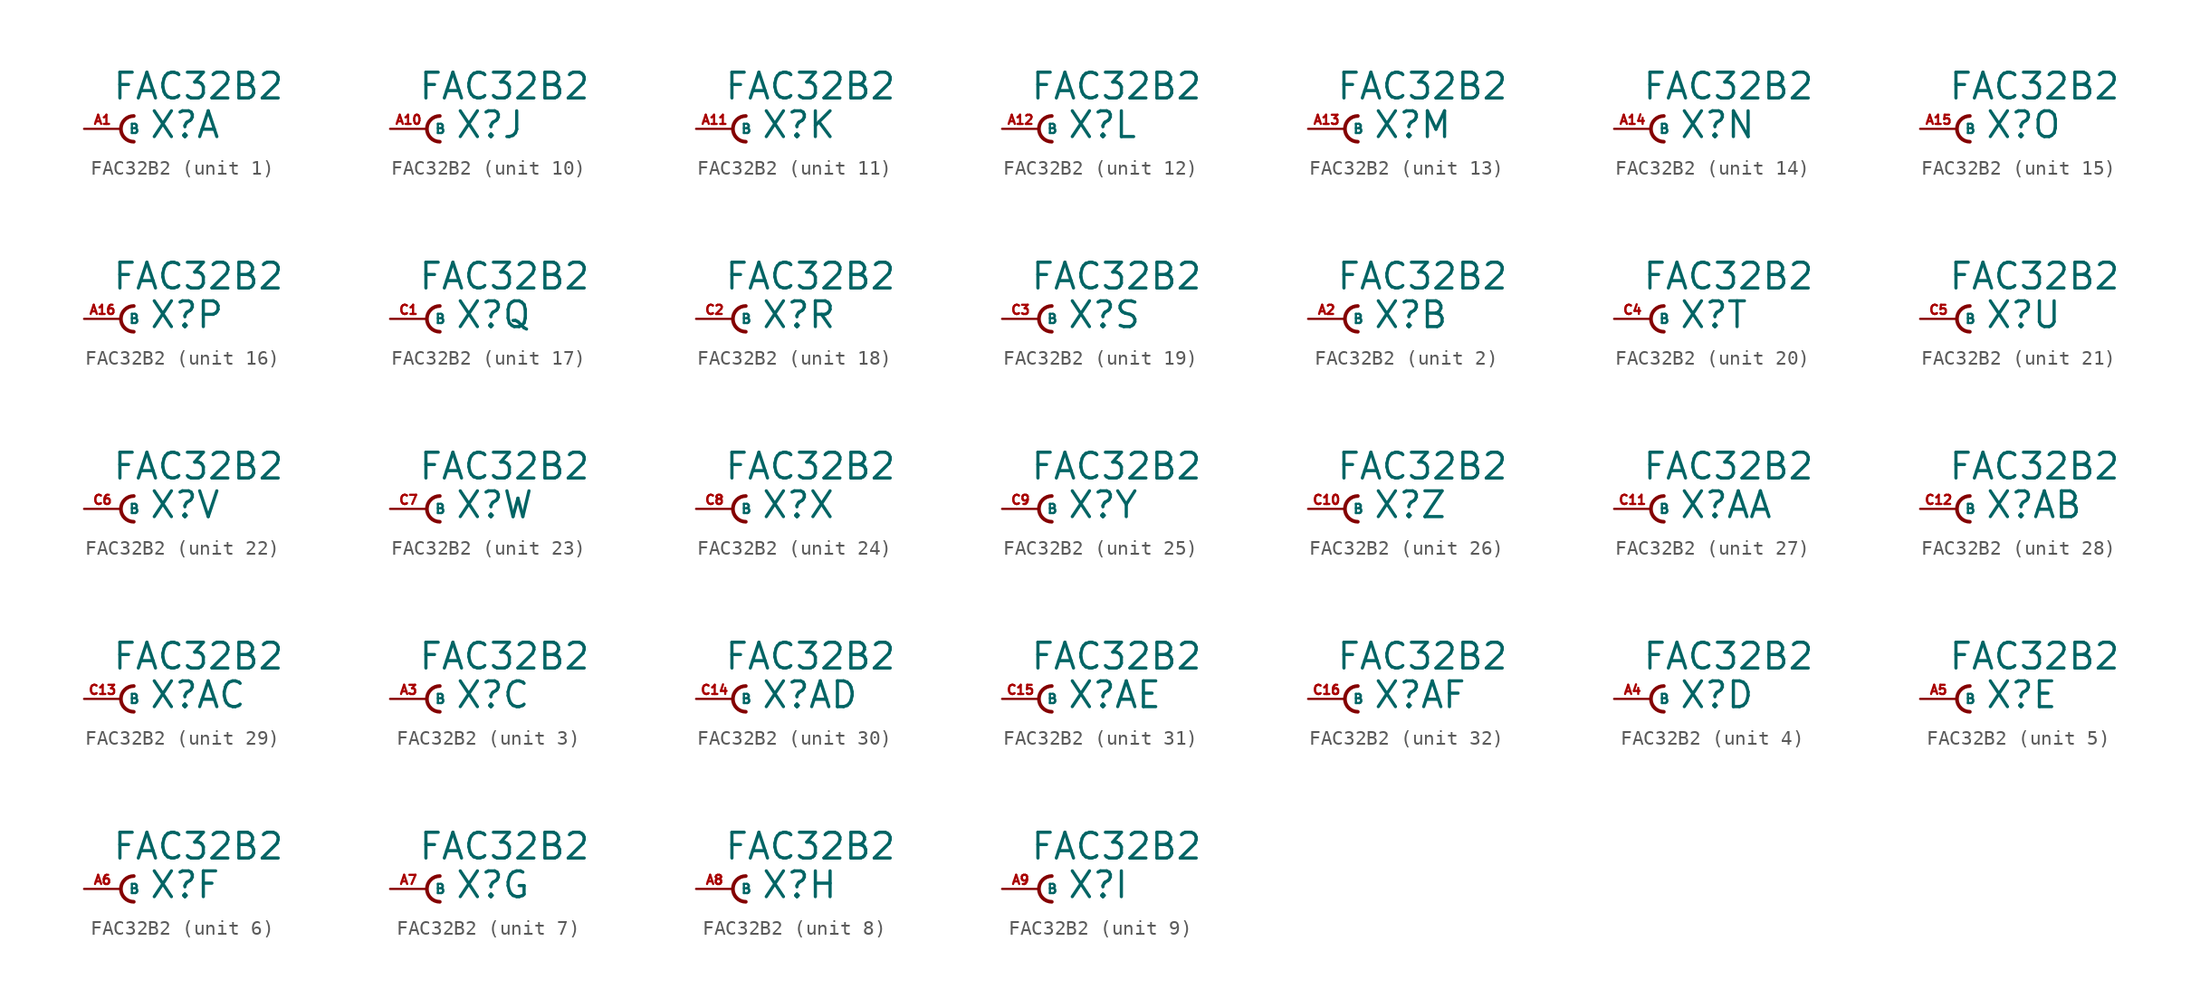
<source format=kicad_sym>
(kicad_symbol_lib
  (version 20220914)
  (generator Eagle2Kicad)
  (symbol "FAC32B2"
    (property "Reference" "X"
      (at 1.905 -0.762 0)
      (effects (font (size 1.778 1.778) (thickness 0.22)) (justify left bottom)))
    (property "Value" "FAC32B2"
      (at -0.635 1.905 0)
      (effects (font (size 1.778 1.778) (thickness 0.22)) (justify left bottom)))
    (symbol "FAC32B2_1_0"
      (arc (start 0.889 0.889) (mid 0.000 0.000) (end 0.889 -0.889) (stroke (width 0.254) (type default)) (fill (type none)))
      (pin passive line (at -2.54 0 0) (length 2.54) (name "B" (effects (font (size 0.635 0.635) (thickness 0.08)) (justify left bottom))) (number "A1" (effects (font (size 0.635 0.635) (thickness 0.08)) (justify left bottom)))))
    (symbol "FAC32B2_2_0"
      (arc (start 0.889 0.889) (mid 0.000 0.000) (end 0.889 -0.889) (stroke (width 0.254) (type default)) (fill (type none)))
      (pin passive line (at -2.54 0 0) (length 2.54) (name "B" (effects (font (size 0.635 0.635) (thickness 0.08)) (justify left bottom))) (number "A2" (effects (font (size 0.635 0.635) (thickness 0.08)) (justify left bottom)))))
    (symbol "FAC32B2_3_0"
      (arc (start 0.889 0.889) (mid 0.000 0.000) (end 0.889 -0.889) (stroke (width 0.254) (type default)) (fill (type none)))
      (pin passive line (at -2.54 0 0) (length 2.54) (name "B" (effects (font (size 0.635 0.635) (thickness 0.08)) (justify left bottom))) (number "A3" (effects (font (size 0.635 0.635) (thickness 0.08)) (justify left bottom)))))
    (symbol "FAC32B2_4_0"
      (arc (start 0.889 0.889) (mid 0.000 0.000) (end 0.889 -0.889) (stroke (width 0.254) (type default)) (fill (type none)))
      (pin passive line (at -2.54 0 0) (length 2.54) (name "B" (effects (font (size 0.635 0.635) (thickness 0.08)) (justify left bottom))) (number "A4" (effects (font (size 0.635 0.635) (thickness 0.08)) (justify left bottom)))))
    (symbol "FAC32B2_5_0"
      (arc (start 0.889 0.889) (mid 0.000 0.000) (end 0.889 -0.889) (stroke (width 0.254) (type default)) (fill (type none)))
      (pin passive line (at -2.54 0 0) (length 2.54) (name "B" (effects (font (size 0.635 0.635) (thickness 0.08)) (justify left bottom))) (number "A5" (effects (font (size 0.635 0.635) (thickness 0.08)) (justify left bottom)))))
    (symbol "FAC32B2_6_0"
      (arc (start 0.889 0.889) (mid 0.000 0.000) (end 0.889 -0.889) (stroke (width 0.254) (type default)) (fill (type none)))
      (pin passive line (at -2.54 0 0) (length 2.54) (name "B" (effects (font (size 0.635 0.635) (thickness 0.08)) (justify left bottom))) (number "A6" (effects (font (size 0.635 0.635) (thickness 0.08)) (justify left bottom)))))
    (symbol "FAC32B2_7_0"
      (arc (start 0.889 0.889) (mid 0.000 0.000) (end 0.889 -0.889) (stroke (width 0.254) (type default)) (fill (type none)))
      (pin passive line (at -2.54 0 0) (length 2.54) (name "B" (effects (font (size 0.635 0.635) (thickness 0.08)) (justify left bottom))) (number "A7" (effects (font (size 0.635 0.635) (thickness 0.08)) (justify left bottom)))))
    (symbol "FAC32B2_8_0"
      (arc (start 0.889 0.889) (mid 0.000 0.000) (end 0.889 -0.889) (stroke (width 0.254) (type default)) (fill (type none)))
      (pin passive line (at -2.54 0 0) (length 2.54) (name "B" (effects (font (size 0.635 0.635) (thickness 0.08)) (justify left bottom))) (number "A8" (effects (font (size 0.635 0.635) (thickness 0.08)) (justify left bottom)))))
    (symbol "FAC32B2_9_0"
      (arc (start 0.889 0.889) (mid 0.000 0.000) (end 0.889 -0.889) (stroke (width 0.254) (type default)) (fill (type none)))
      (pin passive line (at -2.54 0 0) (length 2.54) (name "B" (effects (font (size 0.635 0.635) (thickness 0.08)) (justify left bottom))) (number "A9" (effects (font (size 0.635 0.635) (thickness 0.08)) (justify left bottom)))))
    (symbol "FAC32B2_10_0"
      (arc (start 0.889 0.889) (mid 0.000 0.000) (end 0.889 -0.889) (stroke (width 0.254) (type default)) (fill (type none)))
      (pin passive line (at -2.54 0 0) (length 2.54) (name "B" (effects (font (size 0.635 0.635) (thickness 0.08)) (justify left bottom))) (number "A10" (effects (font (size 0.635 0.635) (thickness 0.08)) (justify left bottom)))))
    (symbol "FAC32B2_11_0"
      (arc (start 0.889 0.889) (mid 0.000 0.000) (end 0.889 -0.889) (stroke (width 0.254) (type default)) (fill (type none)))
      (pin passive line (at -2.54 0 0) (length 2.54) (name "B" (effects (font (size 0.635 0.635) (thickness 0.08)) (justify left bottom))) (number "A11" (effects (font (size 0.635 0.635) (thickness 0.08)) (justify left bottom)))))
    (symbol "FAC32B2_12_0"
      (arc (start 0.889 0.889) (mid 0.000 0.000) (end 0.889 -0.889) (stroke (width 0.254) (type default)) (fill (type none)))
      (pin passive line (at -2.54 0 0) (length 2.54) (name "B" (effects (font (size 0.635 0.635) (thickness 0.08)) (justify left bottom))) (number "A12" (effects (font (size 0.635 0.635) (thickness 0.08)) (justify left bottom)))))
    (symbol "FAC32B2_13_0"
      (arc (start 0.889 0.889) (mid 0.000 0.000) (end 0.889 -0.889) (stroke (width 0.254) (type default)) (fill (type none)))
      (pin passive line (at -2.54 0 0) (length 2.54) (name "B" (effects (font (size 0.635 0.635) (thickness 0.08)) (justify left bottom))) (number "A13" (effects (font (size 0.635 0.635) (thickness 0.08)) (justify left bottom)))))
    (symbol "FAC32B2_14_0"
      (arc (start 0.889 0.889) (mid 0.000 0.000) (end 0.889 -0.889) (stroke (width 0.254) (type default)) (fill (type none)))
      (pin passive line (at -2.54 0 0) (length 2.54) (name "B" (effects (font (size 0.635 0.635) (thickness 0.08)) (justify left bottom))) (number "A14" (effects (font (size 0.635 0.635) (thickness 0.08)) (justify left bottom)))))
    (symbol "FAC32B2_15_0"
      (arc (start 0.889 0.889) (mid 0.000 0.000) (end 0.889 -0.889) (stroke (width 0.254) (type default)) (fill (type none)))
      (pin passive line (at -2.54 0 0) (length 2.54) (name "B" (effects (font (size 0.635 0.635) (thickness 0.08)) (justify left bottom))) (number "A15" (effects (font (size 0.635 0.635) (thickness 0.08)) (justify left bottom)))))
    (symbol "FAC32B2_16_0"
      (arc (start 0.889 0.889) (mid 0.000 0.000) (end 0.889 -0.889) (stroke (width 0.254) (type default)) (fill (type none)))
      (pin passive line (at -2.54 0 0) (length 2.54) (name "B" (effects (font (size 0.635 0.635) (thickness 0.08)) (justify left bottom))) (number "A16" (effects (font (size 0.635 0.635) (thickness 0.08)) (justify left bottom)))))
    (symbol "FAC32B2_17_0"
      (arc (start 0.889 0.889) (mid 0.000 0.000) (end 0.889 -0.889) (stroke (width 0.254) (type default)) (fill (type none)))
      (pin passive line (at -2.54 0 0) (length 2.54) (name "B" (effects (font (size 0.635 0.635) (thickness 0.08)) (justify left bottom))) (number "C1" (effects (font (size 0.635 0.635) (thickness 0.08)) (justify left bottom)))))
    (symbol "FAC32B2_18_0"
      (arc (start 0.889 0.889) (mid 0.000 0.000) (end 0.889 -0.889) (stroke (width 0.254) (type default)) (fill (type none)))
      (pin passive line (at -2.54 0 0) (length 2.54) (name "B" (effects (font (size 0.635 0.635) (thickness 0.08)) (justify left bottom))) (number "C2" (effects (font (size 0.635 0.635) (thickness 0.08)) (justify left bottom)))))
    (symbol "FAC32B2_19_0"
      (arc (start 0.889 0.889) (mid 0.000 0.000) (end 0.889 -0.889) (stroke (width 0.254) (type default)) (fill (type none)))
      (pin passive line (at -2.54 0 0) (length 2.54) (name "B" (effects (font (size 0.635 0.635) (thickness 0.08)) (justify left bottom))) (number "C3" (effects (font (size 0.635 0.635) (thickness 0.08)) (justify left bottom)))))
    (symbol "FAC32B2_20_0"
      (arc (start 0.889 0.889) (mid 0.000 0.000) (end 0.889 -0.889) (stroke (width 0.254) (type default)) (fill (type none)))
      (pin passive line (at -2.54 0 0) (length 2.54) (name "B" (effects (font (size 0.635 0.635) (thickness 0.08)) (justify left bottom))) (number "C4" (effects (font (size 0.635 0.635) (thickness 0.08)) (justify left bottom)))))
    (symbol "FAC32B2_21_0"
      (arc (start 0.889 0.889) (mid 0.000 0.000) (end 0.889 -0.889) (stroke (width 0.254) (type default)) (fill (type none)))
      (pin passive line (at -2.54 0 0) (length 2.54) (name "B" (effects (font (size 0.635 0.635) (thickness 0.08)) (justify left bottom))) (number "C5" (effects (font (size 0.635 0.635) (thickness 0.08)) (justify left bottom)))))
    (symbol "FAC32B2_22_0"
      (arc (start 0.889 0.889) (mid 0.000 0.000) (end 0.889 -0.889) (stroke (width 0.254) (type default)) (fill (type none)))
      (pin passive line (at -2.54 0 0) (length 2.54) (name "B" (effects (font (size 0.635 0.635) (thickness 0.08)) (justify left bottom))) (number "C6" (effects (font (size 0.635 0.635) (thickness 0.08)) (justify left bottom)))))
    (symbol "FAC32B2_23_0"
      (arc (start 0.889 0.889) (mid 0.000 0.000) (end 0.889 -0.889) (stroke (width 0.254) (type default)) (fill (type none)))
      (pin passive line (at -2.54 0 0) (length 2.54) (name "B" (effects (font (size 0.635 0.635) (thickness 0.08)) (justify left bottom))) (number "C7" (effects (font (size 0.635 0.635) (thickness 0.08)) (justify left bottom)))))
    (symbol "FAC32B2_24_0"
      (arc (start 0.889 0.889) (mid 0.000 0.000) (end 0.889 -0.889) (stroke (width 0.254) (type default)) (fill (type none)))
      (pin passive line (at -2.54 0 0) (length 2.54) (name "B" (effects (font (size 0.635 0.635) (thickness 0.08)) (justify left bottom))) (number "C8" (effects (font (size 0.635 0.635) (thickness 0.08)) (justify left bottom)))))
    (symbol "FAC32B2_25_0"
      (arc (start 0.889 0.889) (mid 0.000 0.000) (end 0.889 -0.889) (stroke (width 0.254) (type default)) (fill (type none)))
      (pin passive line (at -2.54 0 0) (length 2.54) (name "B" (effects (font (size 0.635 0.635) (thickness 0.08)) (justify left bottom))) (number "C9" (effects (font (size 0.635 0.635) (thickness 0.08)) (justify left bottom)))))
    (symbol "FAC32B2_26_0"
      (arc (start 0.889 0.889) (mid 0.000 0.000) (end 0.889 -0.889) (stroke (width 0.254) (type default)) (fill (type none)))
      (pin passive line (at -2.54 0 0) (length 2.54) (name "B" (effects (font (size 0.635 0.635) (thickness 0.08)) (justify left bottom))) (number "C10" (effects (font (size 0.635 0.635) (thickness 0.08)) (justify left bottom)))))
    (symbol "FAC32B2_27_0"
      (arc (start 0.889 0.889) (mid 0.000 0.000) (end 0.889 -0.889) (stroke (width 0.254) (type default)) (fill (type none)))
      (pin passive line (at -2.54 0 0) (length 2.54) (name "B" (effects (font (size 0.635 0.635) (thickness 0.08)) (justify left bottom))) (number "C11" (effects (font (size 0.635 0.635) (thickness 0.08)) (justify left bottom)))))
    (symbol "FAC32B2_28_0"
      (arc (start 0.889 0.889) (mid 0.000 0.000) (end 0.889 -0.889) (stroke (width 0.254) (type default)) (fill (type none)))
      (pin passive line (at -2.54 0 0) (length 2.54) (name "B" (effects (font (size 0.635 0.635) (thickness 0.08)) (justify left bottom))) (number "C12" (effects (font (size 0.635 0.635) (thickness 0.08)) (justify left bottom)))))
    (symbol "FAC32B2_29_0"
      (arc (start 0.889 0.889) (mid 0.000 0.000) (end 0.889 -0.889) (stroke (width 0.254) (type default)) (fill (type none)))
      (pin passive line (at -2.54 0 0) (length 2.54) (name "B" (effects (font (size 0.635 0.635) (thickness 0.08)) (justify left bottom))) (number "C13" (effects (font (size 0.635 0.635) (thickness 0.08)) (justify left bottom)))))
    (symbol "FAC32B2_30_0"
      (arc (start 0.889 0.889) (mid 0.000 0.000) (end 0.889 -0.889) (stroke (width 0.254) (type default)) (fill (type none)))
      (pin passive line (at -2.54 0 0) (length 2.54) (name "B" (effects (font (size 0.635 0.635) (thickness 0.08)) (justify left bottom))) (number "C14" (effects (font (size 0.635 0.635) (thickness 0.08)) (justify left bottom)))))
    (symbol "FAC32B2_31_0"
      (arc (start 0.889 0.889) (mid 0.000 0.000) (end 0.889 -0.889) (stroke (width 0.254) (type default)) (fill (type none)))
      (pin passive line (at -2.54 0 0) (length 2.54) (name "B" (effects (font (size 0.635 0.635) (thickness 0.08)) (justify left bottom))) (number "C15" (effects (font (size 0.635 0.635) (thickness 0.08)) (justify left bottom)))))
    (symbol "FAC32B2_32_0"
      (arc (start 0.889 0.889) (mid 0.000 0.000) (end 0.889 -0.889) (stroke (width 0.254) (type default)) (fill (type none)))
      (pin passive line (at -2.54 0 0) (length 2.54) (name "B" (effects (font (size 0.635 0.635) (thickness 0.08)) (justify left bottom))) (number "C16" (effects (font (size 0.635 0.635) (thickness 0.08)) (justify left bottom)))))))
</source>
